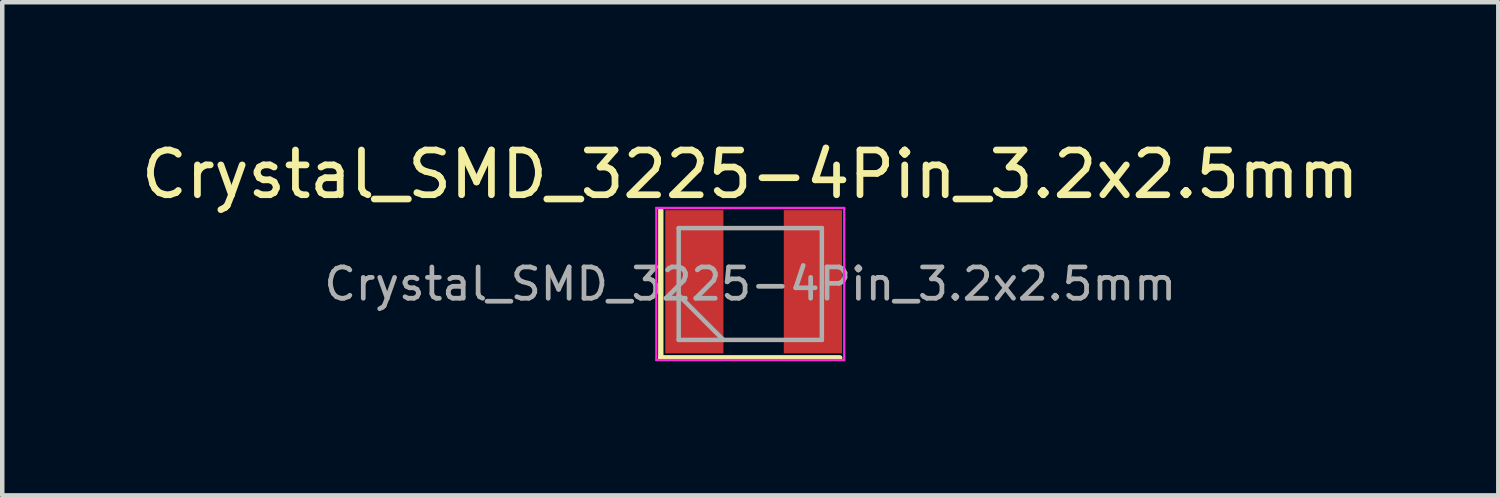
<source format=kicad_pcb>
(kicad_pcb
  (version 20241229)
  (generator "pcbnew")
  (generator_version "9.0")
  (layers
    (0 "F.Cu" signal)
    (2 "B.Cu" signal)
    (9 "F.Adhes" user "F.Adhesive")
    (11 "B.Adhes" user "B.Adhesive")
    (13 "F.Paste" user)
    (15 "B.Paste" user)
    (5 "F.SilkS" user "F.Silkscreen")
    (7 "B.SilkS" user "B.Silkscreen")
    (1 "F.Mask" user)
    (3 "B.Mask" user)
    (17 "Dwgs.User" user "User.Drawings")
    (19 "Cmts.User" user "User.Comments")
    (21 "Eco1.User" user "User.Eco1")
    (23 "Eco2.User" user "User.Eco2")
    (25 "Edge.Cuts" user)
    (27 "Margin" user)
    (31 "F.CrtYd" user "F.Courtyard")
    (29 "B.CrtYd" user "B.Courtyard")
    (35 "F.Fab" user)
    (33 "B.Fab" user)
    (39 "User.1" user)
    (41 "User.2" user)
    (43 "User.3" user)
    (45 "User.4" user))
  (footprint "Crystal_SMD_3225-4Pin_3.2x2.5mm"
    (layer "F.Cu")
    (at 13.72 3.298)
    (property "Reference" "Crystal_SMD_3225-4Pin_3.2x2.5mm" (at 0 -2.45 0) (layer "F.SilkS") (effects (font (size 1 1) (thickness 0.15))))
    (attr smd)
    (fp_line (start -2 -1.65) (end -2 1.65) (stroke (width 0.12) (type solid)) (layer "F.SilkS"))
    (fp_line (start -2 1.65) (end 2 1.65) (stroke (width 0.12) (type solid)) (layer "F.SilkS"))
    (fp_line (start -2.1 -1.7) (end -2.1 1.7) (stroke (width 0.05) (type solid)) (layer "F.CrtYd"))
    (fp_line (start -2.1 1.7) (end 2.1 1.7) (stroke (width 0.05) (type solid)) (layer "F.CrtYd"))
    (fp_line (start 2.1 -1.7) (end -2.1 -1.7) (stroke (width 0.05) (type solid)) (layer "F.CrtYd"))
    (fp_line (start 2.1 1.7) (end 2.1 -1.7) (stroke (width 0.05) (type solid)) (layer "F.CrtYd"))
    (fp_line (start -1.6 -1.25) (end -1.6 1.25) (stroke (width 0.1) (type solid)) (layer "F.Fab"))
    (fp_line (start -1.6 0.25) (end -0.6 1.25) (stroke (width 0.1) (type solid)) (layer "F.Fab"))
    (fp_line (start -1.6 1.25) (end 1.6 1.25) (stroke (width 0.1) (type solid)) (layer "F.Fab"))
    (fp_line (start 1.6 -1.25) (end -1.6 -1.25) (stroke (width 0.1) (type solid)) (layer "F.Fab"))
    (fp_line (start 1.6 1.25) (end 1.6 -1.25) (stroke (width 0.1) (type solid)) (layer "F.Fab"))
    (fp_text user "${REFERENCE}" (at 0 0 0) (layer "F.Fab") (effects (font (size 0.7 0.7) (thickness 0.105))))
    (pad "1" smd rect (at -1.25 -0.05) (size 1.3 3.2) (layers "F.Cu" "F.Mask" "F.Paste"))
    (pad "2" smd rect (at 1.4 -0.05) (size 1.3 3.2) (layers "F.Cu" "F.Mask" "F.Paste")))
  (gr_rect
    (start -3 -3)
    (end 30.44 8.023)
    (stroke (width 0.1) (type default))
    (fill no)
    (layer "Edge.Cuts")))
</source>
